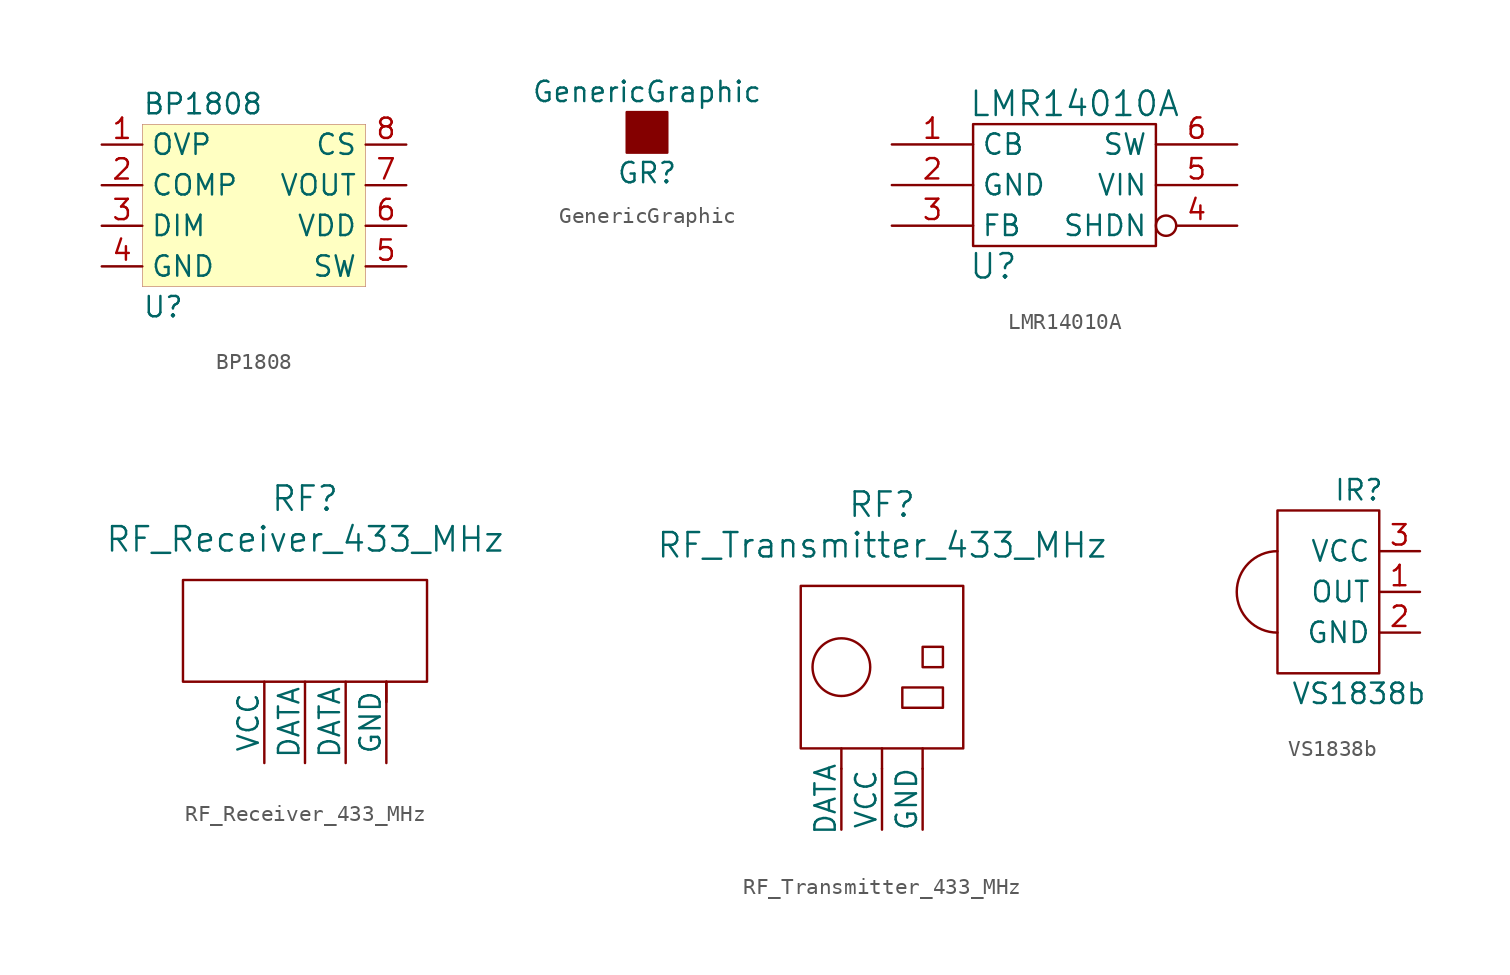
<source format=kicad_sym>
(kicad_symbol_lib
  (version 20211014)
  (generator kicad_symbol_editor)
  (symbol "BP1808"
    (property "Reference" "U"
      (at -7.62 -6.35 0)
      (effects (font (size 1.27 1.27)) (justify left)))
    (property "Value" "BP1808"
      (at -7.62 6.35 0)
      (effects (font (size 1.27 1.27)) (justify left)))
    (symbol "BP1808_0_0"
      (pin input line (at -10.16 3.81 0) (length 2.54) (name "OVP" (effects (font (size 1.27 1.27)))) (number "1" (effects (font (size 1.27 1.27)))))
      (pin input line (at -10.16 1.27 0) (length 2.54) (name "COMP" (effects (font (size 1.27 1.27)))) (number "2" (effects (font (size 1.27 1.27)))))
      (pin input line (at -10.16 -1.27 0) (length 2.54) (name "DIM" (effects (font (size 1.27 1.27)))) (number "3" (effects (font (size 1.27 1.27)))))
      (pin power_in line (at -10.16 -3.81 0) (length 2.54) (name "GND" (effects (font (size 1.27 1.27)))) (number "4" (effects (font (size 1.27 1.27)))))
      (pin power_out line (at 8.89 -3.81 180) (length 2.54) (name "SW" (effects (font (size 1.27 1.27)))) (number "5" (effects (font (size 1.27 1.27)))))
      (pin power_in line (at 8.89 -1.27 180) (length 2.54) (name "VDD" (effects (font (size 1.27 1.27)))) (number "6" (effects (font (size 1.27 1.27)))))
      (pin power_out line (at 8.89 1.27 180) (length 2.54) (name "VOUT" (effects (font (size 1.27 1.27)))) (number "7" (effects (font (size 1.27 1.27)))))
      (pin input line (at 8.89 3.81 180) (length 2.54) (name "CS" (effects (font (size 1.27 1.27)))) (number "8" (effects (font (size 1.27 1.27))))))
    (symbol "BP1808_0_1"
      (rectangle (start -7.62 5.08) (end 6.35 -5.08) (stroke (width 0.001) (type default) (color 0 0 0 0)) (fill (type background)))))
  (symbol "GenericGraphic"
    (property "Reference" "GR"
      (at 0 -2.54 0)
      (effects (font (size 1.27 1.27))))
    (property "Value" "GenericGraphic"
      (at 0 2.54 0)
      (effects (font (size 1.27 1.27))))
    (symbol "GenericGraphic_0_1"
      (rectangle (start -1.27 1.27) (end 1.27 -1.27) (stroke (width 0) (type default) (color 0 0 0 0)) (fill (type outline)))))
  (symbol "LMR14010A"
    (property "Reference" "U"
      (at -3.81 -5.08 0)
      (effects (font (size 1.524 1.524))))
    (property "Value" "LMR14010A"
      (at 1.27 5.08 0)
      (effects (font (size 1.524 1.524))))
    (symbol "LMR14010A_0_1"
      (rectangle (start -5.08 3.81) (end 6.35 -3.81) (stroke (width 0) (type default) (color 0 0 0 0)) (fill (type none))))
    (symbol "LMR14010A_1_1"
      (pin input line (at -10.16 2.54 0) (length 5.08) (name "CB" (effects (font (size 1.27 1.27)))) (number "1" (effects (font (size 1.27 1.27)))))
      (pin input line (at -10.16 0 0) (length 5.08) (name "GND" (effects (font (size 1.27 1.27)))) (number "2" (effects (font (size 1.27 1.27)))))
      (pin input line (at -10.16 -2.54 0) (length 5.08) (name "FB" (effects (font (size 1.27 1.27)))) (number "3" (effects (font (size 1.27 1.27)))))
      (pin input inverted (at 11.43 -2.54 180) (length 5.08) (name "SHDN" (effects (font (size 1.27 1.27)))) (number "4" (effects (font (size 1.27 1.27)))))
      (pin input line (at 11.43 0 180) (length 5.08) (name "VIN" (effects (font (size 1.27 1.27)))) (number "5" (effects (font (size 1.27 1.27)))))
      (pin input line (at 11.43 2.54 180) (length 5.08) (name "SW" (effects (font (size 1.27 1.27)))) (number "6" (effects (font (size 1.27 1.27)))))))
  (symbol "RF_Receiver_433_MHz"
    (pin_numbers hide)
    (pin_names
      (offset 0))
    (property "Reference" "RF"
      (at 0 16.51 0)
      (effects (font (size 1.524 1.524))))
    (property "Value" "RF_Receiver_433_MHz"
      (at 0 13.97 0)
      (effects (font (size 1.524 1.524))))
    (property "Footprint" ""
      (at 2.54 0 0)
      (effects (font (size 1.524 1.524))))
    (property "Datasheet" ""
      (at 2.54 0 0)
      (effects (font (size 1.524 1.524))))
    (symbol "RF_Receiver_433_MHz_0_1"
      (rectangle (start -7.62 5.08) (end 7.62 11.43) (stroke (width 0) (type default) (color 0 0 0 0)) (fill (type none)))
      (polyline (pts (xy 5.08 3.81) (xy 5.08 5.08)) (stroke (width 0) (type default) (color 0 0 0 0)) (fill (type none))))
    (symbol "RF_Receiver_433_MHz_1_1"
      (pin power_in line (at -2.54 0 90) (length 5.08) (name "VCC" (effects (font (size 1.27 1.27)))) (number "1" (effects (font (size 1.27 1.27)))))
      (pin input line (at 0 0 90) (length 5.08) (name "DATA" (effects (font (size 1.27 1.27)))) (number "2" (effects (font (size 1.27 1.27)))))
      (pin output line (at 2.54 0 90) (length 5.08) (name "DATA" (effects (font (size 1.27 1.27)))) (number "3" (effects (font (size 1.27 1.27)))))
      (pin power_in line (at 5.08 0 90) (length 5.08) (name "GND" (effects (font (size 1.27 1.27)))) (number "4" (effects (font (size 1.27 1.27)))))))
  (symbol "RF_Transmitter_433_MHz"
    (pin_numbers hide)
    (pin_names
      (offset 0))
    (property "Reference" "RF"
      (at 0 20.32 0)
      (effects (font (size 1.524 1.524))))
    (property "Value" "RF_Transmitter_433_MHz"
      (at 0 17.78 0)
      (effects (font (size 1.524 1.524))))
    (property "Footprint" ""
      (at 0 0 0)
      (effects (font (size 1.524 1.524))))
    (property "Datasheet" ""
      (at 0 0 0)
      (effects (font (size 1.524 1.524))))
    (symbol "RF_Transmitter_433_MHz_0_1"
      (rectangle (start -5.08 5.08) (end 5.08 15.24) (stroke (width 0) (type default) (color 0 0 0 0)) (fill (type none)))
      (circle (center -2.54 10.16) (radius 1.803) (stroke (width 0) (type default) (color 0 0 0 0)) (fill (type none)))
      (polyline (pts (xy -2.54 3.81) (xy -2.54 5.08)) (stroke (width 0) (type default) (color 0 0 0 0)) (fill (type none)))
      (polyline (pts (xy 0 3.81) (xy 0 5.08)) (stroke (width 0) (type default) (color 0 0 0 0)) (fill (type none)))
      (polyline (pts (xy 2.54 3.81) (xy 2.54 5.08)) (stroke (width 0) (type default) (color 0 0 0 0)) (fill (type none)))
      (rectangle (start 3.81 8.89) (end 1.27 7.62) (stroke (width 0) (type default) (color 0 0 0 0)) (fill (type none)))
      (rectangle (start 3.81 11.43) (end 2.54 10.16) (stroke (width 0) (type default) (color 0 0 0 0)) (fill (type none))))
    (symbol "RF_Transmitter_433_MHz_1_1"
      (pin input line (at -2.54 0 90) (length 3.81) (name "DATA" (effects (font (size 1.27 1.27)))) (number "1" (effects (font (size 1.27 1.27)))))
      (pin power_in line (at 0 0 90) (length 3.81) (name "VCC" (effects (font (size 1.27 1.27)))) (number "2" (effects (font (size 1.27 1.27)))))
      (pin power_in line (at 2.54 0 90) (length 3.81) (name "GND" (effects (font (size 1.27 1.27)))) (number "3" (effects (font (size 1.27 1.27)))))))
  (symbol "VS1838b"
    (property "Reference" "IR"
      (at 1.27 6.35 0)
      (effects (font (size 1.27 1.27))))
    (property "Value" "VS1838b"
      (at 1.27 -6.35 0)
      (effects (font (size 1.27 1.27))))
    (symbol "VS1838b_0_1"
      (rectangle (start 2.54 -5.08) (end -3.81 5.08) (stroke (width 0) (type default) (color 0 0 0 0)) (fill (type none))))
    (symbol "VS1838b_1_1"
      (arc (start -3.81 2.54) (mid -6.35 0) (end -3.81 -2.54) (stroke (width 0) (type default) (color 0 0 0 0)) (fill (type none)))
      (pin output line (at 5.08 0 180) (length 2.54) (name "OUT" (effects (font (size 1.27 1.27)))) (number "1" (effects (font (size 1.27 1.27)))))
      (pin input line (at 5.08 -2.54 180) (length 2.54) (name "GND" (effects (font (size 1.27 1.27)))) (number "2" (effects (font (size 1.27 1.27)))))
      (pin input line (at 5.08 2.54 180) (length 2.54) (name "VCC" (effects (font (size 1.27 1.27)))) (number "3" (effects (font (size 1.27 1.27))))))))
</source>
